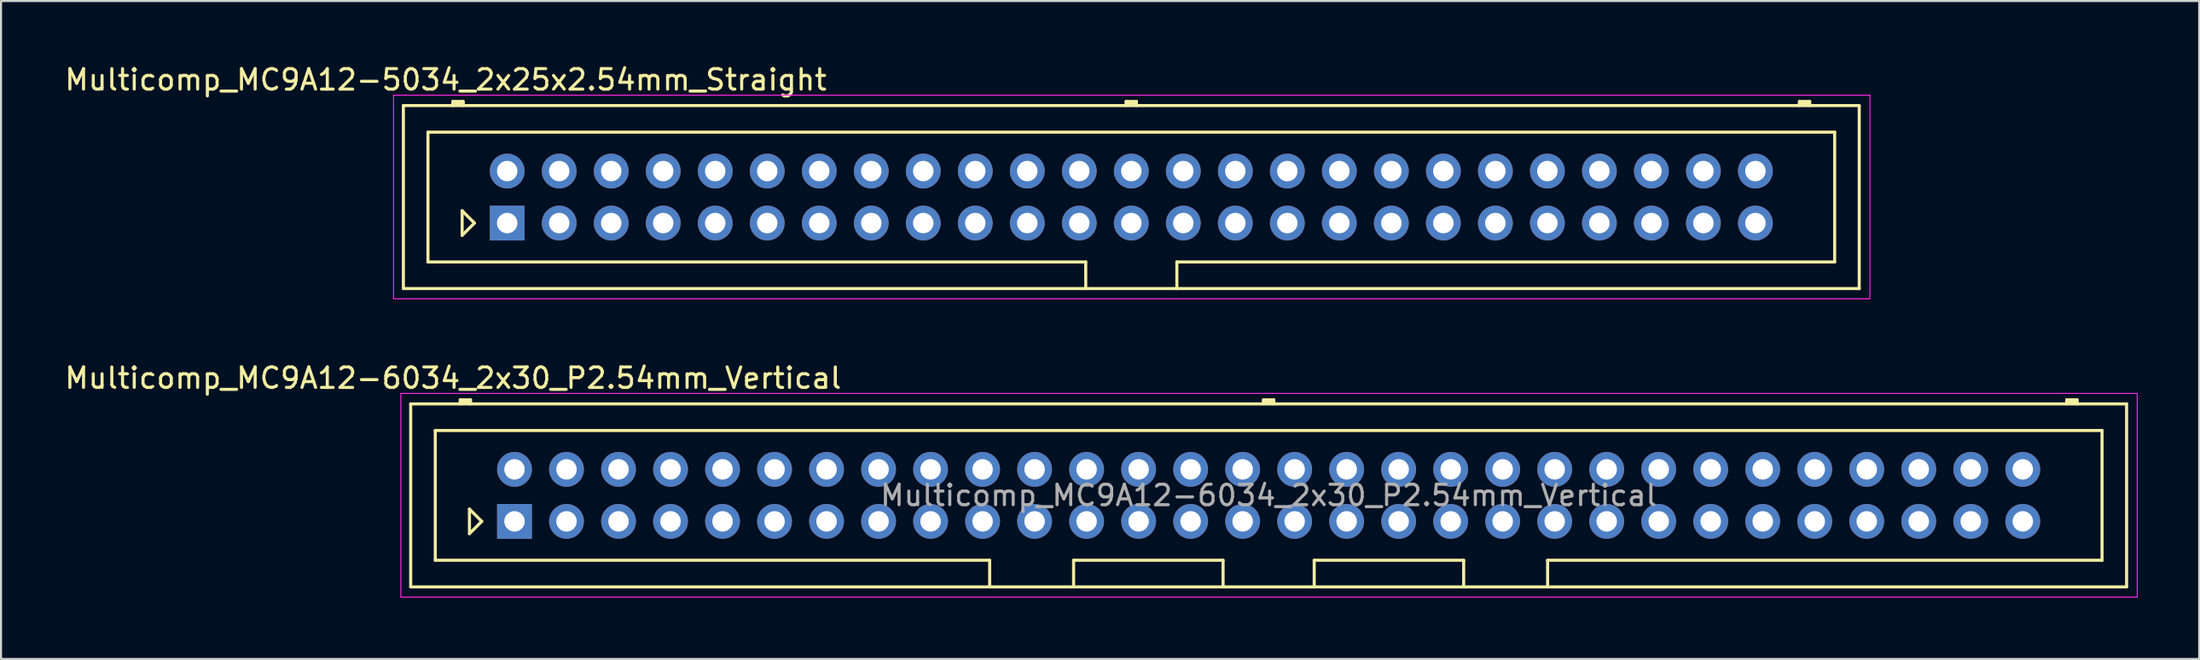
<source format=kicad_pcb>
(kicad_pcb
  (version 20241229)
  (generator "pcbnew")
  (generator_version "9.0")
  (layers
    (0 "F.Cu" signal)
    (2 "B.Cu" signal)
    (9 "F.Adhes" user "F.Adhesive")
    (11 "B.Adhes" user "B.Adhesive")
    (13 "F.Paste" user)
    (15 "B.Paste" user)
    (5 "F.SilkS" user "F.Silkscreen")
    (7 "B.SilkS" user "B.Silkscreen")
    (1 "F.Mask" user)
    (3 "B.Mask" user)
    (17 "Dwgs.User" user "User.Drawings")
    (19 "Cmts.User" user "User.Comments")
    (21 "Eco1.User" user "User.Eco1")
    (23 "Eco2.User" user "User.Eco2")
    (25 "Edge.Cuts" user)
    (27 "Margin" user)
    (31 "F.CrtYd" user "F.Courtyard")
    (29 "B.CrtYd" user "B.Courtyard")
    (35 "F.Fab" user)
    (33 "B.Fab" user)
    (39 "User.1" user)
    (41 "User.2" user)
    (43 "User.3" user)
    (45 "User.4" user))
  (footprint "Multicomp_MC9A12-5034_2x25x2.54mm_Straight"
    (layer "F.Cu")
    (at 21.72 7.848)
    (property "Reference" "Multicomp_MC9A12-5034_2x25x2.54mm_Straight" (at -3 -7 0) (layer "F.SilkS") (effects (font (size 1 1) (thickness 0.15))))
    (attr through_hole)
    (fp_line (start -5.07 -5.74) (end 66.03 -5.74) (stroke (width 0.15) (type solid)) (layer "F.SilkS"))
    (fp_line (start -5.07 3.2) (end -5.07 -5.74) (stroke (width 0.15) (type solid)) (layer "F.SilkS"))
    (fp_line (start -3.87 -4.44) (end 64.83 -4.44) (stroke (width 0.15) (type solid)) (layer "F.SilkS"))
    (fp_line (start -3.87 1.9) (end -3.87 -4.44) (stroke (width 0.15) (type solid)) (layer "F.SilkS"))
    (fp_line (start -2.65 -5.94) (end -2.15 -5.94) (stroke (width 0.15) (type solid)) (layer "F.SilkS"))
    (fp_line (start -2.65 -5.84) (end -2.15 -5.84) (stroke (width 0.15) (type solid)) (layer "F.SilkS"))
    (fp_line (start -2.65 -5.74) (end -2.65 -5.94) (stroke (width 0.15) (type solid)) (layer "F.SilkS"))
    (fp_line (start -2.2 -0.6) (end -1.6 0) (stroke (width 0.15) (type solid)) (layer "F.SilkS"))
    (fp_line (start -2.2 0.6) (end -2.2 -0.6) (stroke (width 0.15) (type solid)) (layer "F.SilkS"))
    (fp_line (start -2.15 -5.94) (end -2.15 -5.74) (stroke (width 0.15) (type solid)) (layer "F.SilkS"))
    (fp_line (start -1.6 0) (end -2.2 0.6) (stroke (width 0.15) (type solid)) (layer "F.SilkS"))
    (fp_line (start 28.255 1.9) (end -3.87 1.9) (stroke (width 0.15) (type solid)) (layer "F.SilkS"))
    (fp_line (start 28.255 3.2) (end 28.255 1.9) (stroke (width 0.15) (type solid)) (layer "F.SilkS"))
    (fp_line (start 30.23 -5.94) (end 30.73 -5.94) (stroke (width 0.15) (type solid)) (layer "F.SilkS"))
    (fp_line (start 30.23 -5.84) (end 30.73 -5.84) (stroke (width 0.15) (type solid)) (layer "F.SilkS"))
    (fp_line (start 30.23 -5.74) (end 30.23 -5.94) (stroke (width 0.15) (type solid)) (layer "F.SilkS"))
    (fp_line (start 30.73 -5.94) (end 30.73 -5.74) (stroke (width 0.15) (type solid)) (layer "F.SilkS"))
    (fp_line (start 32.705 1.9) (end 32.705 3.2) (stroke (width 0.15) (type solid)) (layer "F.SilkS"))
    (fp_line (start 63.11 -5.94) (end 63.61 -5.94) (stroke (width 0.15) (type solid)) (layer "F.SilkS"))
    (fp_line (start 63.11 -5.84) (end 63.61 -5.84) (stroke (width 0.15) (type solid)) (layer "F.SilkS"))
    (fp_line (start 63.11 -5.74) (end 63.11 -5.94) (stroke (width 0.15) (type solid)) (layer "F.SilkS"))
    (fp_line (start 63.61 -5.94) (end 63.61 -5.74) (stroke (width 0.15) (type solid)) (layer "F.SilkS"))
    (fp_line (start 64.83 -4.44) (end 64.83 1.9) (stroke (width 0.15) (type solid)) (layer "F.SilkS"))
    (fp_line (start 64.83 1.9) (end 32.705 1.9) (stroke (width 0.15) (type solid)) (layer "F.SilkS"))
    (fp_line (start 66.03 -5.74) (end 66.03 3.2) (stroke (width 0.15) (type solid)) (layer "F.SilkS"))
    (fp_line (start 66.03 3.2) (end -5.07 3.2) (stroke (width 0.15) (type solid)) (layer "F.SilkS"))
    (fp_line (start -5.55 -6.25) (end 66.55 -6.25) (stroke (width 0.05) (type solid)) (layer "F.CrtYd"))
    (fp_line (start -5.55 3.7) (end -5.55 -6.25) (stroke (width 0.05) (type solid)) (layer "F.CrtYd"))
    (fp_line (start 66.55 -6.25) (end 66.55 3.7) (stroke (width 0.05) (type solid)) (layer "F.CrtYd"))
    (fp_line (start 66.55 3.7) (end -5.55 3.7) (stroke (width 0.05) (type solid)) (layer "F.CrtYd"))
    (pad "1" thru_hole rect (at 0 0) (size 1.7 1.7) (drill 1) (layers "*.Cu" "*.Mask"))
    (pad "2" thru_hole circle (at 0 -2.54) (size 1.7 1.7) (drill 1) (layers "*.Cu" "*.Mask"))
    (pad "3" thru_hole circle (at 2.54 0) (size 1.7 1.7) (drill 1) (layers "*.Cu" "*.Mask"))
    (pad "4" thru_hole circle (at 2.54 -2.54) (size 1.7 1.7) (drill 1) (layers "*.Cu" "*.Mask"))
    (pad "5" thru_hole circle (at 5.08 0) (size 1.7 1.7) (drill 1) (layers "*.Cu" "*.Mask"))
    (pad "6" thru_hole circle (at 5.08 -2.54) (size 1.7 1.7) (drill 1) (layers "*.Cu" "*.Mask"))
    (pad "7" thru_hole circle (at 7.62 0) (size 1.7 1.7) (drill 1) (layers "*.Cu" "*.Mask"))
    (pad "8" thru_hole circle (at 7.62 -2.54) (size 1.7 1.7) (drill 1) (layers "*.Cu" "*.Mask"))
    (pad "9" thru_hole circle (at 10.16 0) (size 1.7 1.7) (drill 1) (layers "*.Cu" "*.Mask"))
    (pad "10" thru_hole circle (at 10.16 -2.54) (size 1.7 1.7) (drill 1) (layers "*.Cu" "*.Mask"))
    (pad "11" thru_hole circle (at 12.7 0) (size 1.7 1.7) (drill 1) (layers "*.Cu" "*.Mask"))
    (pad "12" thru_hole circle (at 12.7 -2.54) (size 1.7 1.7) (drill 1) (layers "*.Cu" "*.Mask"))
    (pad "13" thru_hole circle (at 15.24 0) (size 1.7 1.7) (drill 1) (layers "*.Cu" "*.Mask"))
    (pad "14" thru_hole circle (at 15.24 -2.54) (size 1.7 1.7) (drill 1) (layers "*.Cu" "*.Mask"))
    (pad "15" thru_hole circle (at 17.78 0) (size 1.7 1.7) (drill 1) (layers "*.Cu" "*.Mask"))
    (pad "16" thru_hole circle (at 17.78 -2.54) (size 1.7 1.7) (drill 1) (layers "*.Cu" "*.Mask"))
    (pad "17" thru_hole circle (at 20.32 0) (size 1.7 1.7) (drill 1) (layers "*.Cu" "*.Mask"))
    (pad "18" thru_hole circle (at 20.32 -2.54) (size 1.7 1.7) (drill 1) (layers "*.Cu" "*.Mask"))
    (pad "19" thru_hole circle (at 22.86 0) (size 1.7 1.7) (drill 1) (layers "*.Cu" "*.Mask"))
    (pad "20" thru_hole circle (at 22.86 -2.54) (size 1.7 1.7) (drill 1) (layers "*.Cu" "*.Mask"))
    (pad "21" thru_hole circle (at 25.4 0) (size 1.7 1.7) (drill 1) (layers "*.Cu" "*.Mask"))
    (pad "22" thru_hole circle (at 25.4 -2.54) (size 1.7 1.7) (drill 1) (layers "*.Cu" "*.Mask"))
    (pad "23" thru_hole circle (at 27.94 0) (size 1.7 1.7) (drill 1) (layers "*.Cu" "*.Mask"))
    (pad "24" thru_hole circle (at 27.94 -2.54) (size 1.7 1.7) (drill 1) (layers "*.Cu" "*.Mask"))
    (pad "25" thru_hole circle (at 30.48 0) (size 1.7 1.7) (drill 1) (layers "*.Cu" "*.Mask"))
    (pad "26" thru_hole circle (at 30.48 -2.54) (size 1.7 1.7) (drill 1) (layers "*.Cu" "*.Mask"))
    (pad "27" thru_hole circle (at 33.02 0) (size 1.7 1.7) (drill 1) (layers "*.Cu" "*.Mask"))
    (pad "28" thru_hole circle (at 33.02 -2.54) (size 1.7 1.7) (drill 1) (layers "*.Cu" "*.Mask"))
    (pad "29" thru_hole circle (at 35.56 0) (size 1.7 1.7) (drill 1) (layers "*.Cu" "*.Mask"))
    (pad "30" thru_hole circle (at 35.56 -2.54) (size 1.7 1.7) (drill 1) (layers "*.Cu" "*.Mask"))
    (pad "31" thru_hole circle (at 38.1 0) (size 1.7 1.7) (drill 1) (layers "*.Cu" "*.Mask"))
    (pad "32" thru_hole circle (at 38.1 -2.54) (size 1.7 1.7) (drill 1) (layers "*.Cu" "*.Mask"))
    (pad "33" thru_hole circle (at 40.64 0) (size 1.7 1.7) (drill 1) (layers "*.Cu" "*.Mask"))
    (pad "34" thru_hole circle (at 40.64 -2.54) (size 1.7 1.7) (drill 1) (layers "*.Cu" "*.Mask"))
    (pad "35" thru_hole circle (at 43.18 0) (size 1.7 1.7) (drill 1) (layers "*.Cu" "*.Mask"))
    (pad "36" thru_hole circle (at 43.18 -2.54) (size 1.7 1.7) (drill 1) (layers "*.Cu" "*.Mask"))
    (pad "37" thru_hole circle (at 45.72 0) (size 1.7 1.7) (drill 1) (layers "*.Cu" "*.Mask"))
    (pad "38" thru_hole circle (at 45.72 -2.54) (size 1.7 1.7) (drill 1) (layers "*.Cu" "*.Mask"))
    (pad "39" thru_hole circle (at 48.26 0) (size 1.7 1.7) (drill 1) (layers "*.Cu" "*.Mask"))
    (pad "40" thru_hole circle (at 48.26 -2.54) (size 1.7 1.7) (drill 1) (layers "*.Cu" "*.Mask"))
    (pad "41" thru_hole circle (at 50.8 0) (size 1.7 1.7) (drill 1) (layers "*.Cu" "*.Mask"))
    (pad "42" thru_hole circle (at 50.8 -2.54) (size 1.7 1.7) (drill 1) (layers "*.Cu" "*.Mask"))
    (pad "43" thru_hole circle (at 53.34 0) (size 1.7 1.7) (drill 1) (layers "*.Cu" "*.Mask"))
    (pad "44" thru_hole circle (at 53.34 -2.54) (size 1.7 1.7) (drill 1) (layers "*.Cu" "*.Mask"))
    (pad "45" thru_hole circle (at 55.88 0) (size 1.7 1.7) (drill 1) (layers "*.Cu" "*.Mask"))
    (pad "46" thru_hole circle (at 55.88 -2.54) (size 1.7 1.7) (drill 1) (layers "*.Cu" "*.Mask"))
    (pad "47" thru_hole circle (at 58.42 0) (size 1.7 1.7) (drill 1) (layers "*.Cu" "*.Mask"))
    (pad "48" thru_hole circle (at 58.42 -2.54) (size 1.7 1.7) (drill 1) (layers "*.Cu" "*.Mask"))
    (pad "49" thru_hole circle (at 60.96 0) (size 1.7 1.7) (drill 1) (layers "*.Cu" "*.Mask"))
    (pad "50" thru_hole circle (at 60.96 -2.54) (size 1.7 1.7) (drill 1) (layers "*.Cu" "*.Mask")))
  (footprint "Multicomp_MC9A12-6034_2x30_P2.54mm_Vertical"
    (layer "F.Cu")
    (at 22.077 22.422)
    (property "Reference" "Multicomp_MC9A12-6034_2x30_P2.54mm_Vertical" (at -3 -7 0) (layer "F.SilkS") (effects (font (size 1 1) (thickness 0.15))))
    (attr through_hole)
    (fp_line (start -5.07 -5.74) (end 78.73 -5.74) (stroke (width 0.15) (type solid)) (layer "F.SilkS"))
    (fp_line (start -5.07 3.2) (end -5.07 -5.74) (stroke (width 0.15) (type solid)) (layer "F.SilkS"))
    (fp_line (start -3.87 -4.44) (end 77.53 -4.44) (stroke (width 0.15) (type solid)) (layer "F.SilkS"))
    (fp_line (start -3.87 1.9) (end -3.87 -4.44) (stroke (width 0.15) (type solid)) (layer "F.SilkS"))
    (fp_line (start -2.65 -5.94) (end -2.15 -5.94) (stroke (width 0.15) (type solid)) (layer "F.SilkS"))
    (fp_line (start -2.65 -5.84) (end -2.15 -5.84) (stroke (width 0.15) (type solid)) (layer "F.SilkS"))
    (fp_line (start -2.65 -5.74) (end -2.65 -5.94) (stroke (width 0.15) (type solid)) (layer "F.SilkS"))
    (fp_line (start -2.2 -0.6) (end -1.6 0) (stroke (width 0.15) (type solid)) (layer "F.SilkS"))
    (fp_line (start -2.2 0.6) (end -2.2 -0.6) (stroke (width 0.15) (type solid)) (layer "F.SilkS"))
    (fp_line (start -2.15 -5.94) (end -2.15 -5.74) (stroke (width 0.15) (type solid)) (layer "F.SilkS"))
    (fp_line (start -1.6 0) (end -2.2 0.6) (stroke (width 0.15) (type solid)) (layer "F.SilkS"))
    (fp_line (start 23.205 1.9) (end -3.87 1.9) (stroke (width 0.15) (type solid)) (layer "F.SilkS"))
    (fp_line (start 23.205 3.2) (end 23.205 1.9) (stroke (width 0.15) (type solid)) (layer "F.SilkS"))
    (fp_line (start 27.305 1.9) (end 34.605 1.9) (stroke (width 0.15) (type solid)) (layer "F.SilkS"))
    (fp_line (start 27.305 3.2) (end 27.305 1.9) (stroke (width 0.15) (type solid)) (layer "F.SilkS"))
    (fp_line (start 34.605 1.9) (end 34.605 3.2) (stroke (width 0.15) (type solid)) (layer "F.SilkS"))
    (fp_line (start 36.58 -5.94) (end 37.08 -5.94) (stroke (width 0.15) (type solid)) (layer "F.SilkS"))
    (fp_line (start 36.58 -5.84) (end 37.08 -5.84) (stroke (width 0.15) (type solid)) (layer "F.SilkS"))
    (fp_line (start 36.58 -5.74) (end 36.58 -5.94) (stroke (width 0.15) (type solid)) (layer "F.SilkS"))
    (fp_line (start 37.08 -5.94) (end 37.08 -5.74) (stroke (width 0.15) (type solid)) (layer "F.SilkS"))
    (fp_line (start 39.055 1.9) (end 39.055 3.2) (stroke (width 0.15) (type solid)) (layer "F.SilkS"))
    (fp_line (start 46.355 1.9) (end 39.055 1.9) (stroke (width 0.15) (type solid)) (layer "F.SilkS"))
    (fp_line (start 46.355 3.2) (end 46.355 1.9) (stroke (width 0.15) (type solid)) (layer "F.SilkS"))
    (fp_line (start 50.455 1.9) (end 50.455 3.2) (stroke (width 0.15) (type solid)) (layer "F.SilkS"))
    (fp_line (start 75.81 -5.94) (end 76.31 -5.94) (stroke (width 0.15) (type solid)) (layer "F.SilkS"))
    (fp_line (start 75.81 -5.84) (end 76.31 -5.84) (stroke (width 0.15) (type solid)) (layer "F.SilkS"))
    (fp_line (start 75.81 -5.74) (end 75.81 -5.94) (stroke (width 0.15) (type solid)) (layer "F.SilkS"))
    (fp_line (start 76.31 -5.94) (end 76.31 -5.74) (stroke (width 0.15) (type solid)) (layer "F.SilkS"))
    (fp_line (start 77.53 -4.44) (end 77.53 1.9) (stroke (width 0.15) (type solid)) (layer "F.SilkS"))
    (fp_line (start 77.53 1.9) (end 50.455 1.9) (stroke (width 0.15) (type solid)) (layer "F.SilkS"))
    (fp_line (start 78.73 -5.74) (end 78.73 3.2) (stroke (width 0.15) (type solid)) (layer "F.SilkS"))
    (fp_line (start 78.73 3.2) (end -5.07 3.2) (stroke (width 0.15) (type solid)) (layer "F.SilkS"))
    (fp_line (start -5.55 -6.25) (end 79.25 -6.25) (stroke (width 0.05) (type solid)) (layer "F.CrtYd"))
    (fp_line (start -5.55 3.7) (end -5.55 -6.25) (stroke (width 0.05) (type solid)) (layer "F.CrtYd"))
    (fp_line (start 79.25 -6.25) (end 79.25 3.7) (stroke (width 0.05) (type solid)) (layer "F.CrtYd"))
    (fp_line (start 79.25 3.7) (end -5.55 3.7) (stroke (width 0.05) (type solid)) (layer "F.CrtYd"))
    (fp_text user "${REFERENCE}" (at 36.83 -1.27 0) (layer "F.Fab") (effects (font (size 1 1) (thickness 0.15))))
    (pad "1" thru_hole rect (at 0 0) (size 1.7 1.7) (drill 1) (layers "*.Cu" "*.Mask"))
    (pad "2" thru_hole circle (at 0 -2.54) (size 1.7 1.7) (drill 1) (layers "*.Cu" "*.Mask"))
    (pad "3" thru_hole circle (at 2.54 0) (size 1.7 1.7) (drill 1) (layers "*.Cu" "*.Mask"))
    (pad "4" thru_hole circle (at 2.54 -2.54) (size 1.7 1.7) (drill 1) (layers "*.Cu" "*.Mask"))
    (pad "5" thru_hole circle (at 5.08 0) (size 1.7 1.7) (drill 1) (layers "*.Cu" "*.Mask"))
    (pad "6" thru_hole circle (at 5.08 -2.54) (size 1.7 1.7) (drill 1) (layers "*.Cu" "*.Mask"))
    (pad "7" thru_hole circle (at 7.62 0) (size 1.7 1.7) (drill 1) (layers "*.Cu" "*.Mask"))
    (pad "8" thru_hole circle (at 7.62 -2.54) (size 1.7 1.7) (drill 1) (layers "*.Cu" "*.Mask"))
    (pad "9" thru_hole circle (at 10.16 0) (size 1.7 1.7) (drill 1) (layers "*.Cu" "*.Mask"))
    (pad "10" thru_hole circle (at 10.16 -2.54) (size 1.7 1.7) (drill 1) (layers "*.Cu" "*.Mask"))
    (pad "11" thru_hole circle (at 12.7 0) (size 1.7 1.7) (drill 1) (layers "*.Cu" "*.Mask"))
    (pad "12" thru_hole circle (at 12.7 -2.54) (size 1.7 1.7) (drill 1) (layers "*.Cu" "*.Mask"))
    (pad "13" thru_hole circle (at 15.24 0) (size 1.7 1.7) (drill 1) (layers "*.Cu" "*.Mask"))
    (pad "14" thru_hole circle (at 15.24 -2.54) (size 1.7 1.7) (drill 1) (layers "*.Cu" "*.Mask"))
    (pad "15" thru_hole circle (at 17.78 0) (size 1.7 1.7) (drill 1) (layers "*.Cu" "*.Mask"))
    (pad "16" thru_hole circle (at 17.78 -2.54) (size 1.7 1.7) (drill 1) (layers "*.Cu" "*.Mask"))
    (pad "17" thru_hole circle (at 20.32 0) (size 1.7 1.7) (drill 1) (layers "*.Cu" "*.Mask"))
    (pad "18" thru_hole circle (at 20.32 -2.54) (size 1.7 1.7) (drill 1) (layers "*.Cu" "*.Mask"))
    (pad "19" thru_hole circle (at 22.86 0) (size 1.7 1.7) (drill 1) (layers "*.Cu" "*.Mask"))
    (pad "20" thru_hole circle (at 22.86 -2.54) (size 1.7 1.7) (drill 1) (layers "*.Cu" "*.Mask"))
    (pad "21" thru_hole circle (at 25.4 0) (size 1.7 1.7) (drill 1) (layers "*.Cu" "*.Mask"))
    (pad "22" thru_hole circle (at 25.4 -2.54) (size 1.7 1.7) (drill 1) (layers "*.Cu" "*.Mask"))
    (pad "23" thru_hole circle (at 27.94 0) (size 1.7 1.7) (drill 1) (layers "*.Cu" "*.Mask"))
    (pad "24" thru_hole circle (at 27.94 -2.54) (size 1.7 1.7) (drill 1) (layers "*.Cu" "*.Mask"))
    (pad "25" thru_hole circle (at 30.48 0) (size 1.7 1.7) (drill 1) (layers "*.Cu" "*.Mask"))
    (pad "26" thru_hole circle (at 30.48 -2.54) (size 1.7 1.7) (drill 1) (layers "*.Cu" "*.Mask"))
    (pad "27" thru_hole circle (at 33.02 0) (size 1.7 1.7) (drill 1) (layers "*.Cu" "*.Mask"))
    (pad "28" thru_hole circle (at 33.02 -2.54) (size 1.7 1.7) (drill 1) (layers "*.Cu" "*.Mask"))
    (pad "29" thru_hole circle (at 35.56 0) (size 1.7 1.7) (drill 1) (layers "*.Cu" "*.Mask"))
    (pad "30" thru_hole circle (at 35.56 -2.54) (size 1.7 1.7) (drill 1) (layers "*.Cu" "*.Mask"))
    (pad "31" thru_hole circle (at 38.1 0) (size 1.7 1.7) (drill 1) (layers "*.Cu" "*.Mask"))
    (pad "32" thru_hole circle (at 38.1 -2.54) (size 1.7 1.7) (drill 1) (layers "*.Cu" "*.Mask"))
    (pad "33" thru_hole circle (at 40.64 0) (size 1.7 1.7) (drill 1) (layers "*.Cu" "*.Mask"))
    (pad "34" thru_hole circle (at 40.64 -2.54) (size 1.7 1.7) (drill 1) (layers "*.Cu" "*.Mask"))
    (pad "35" thru_hole circle (at 43.18 0) (size 1.7 1.7) (drill 1) (layers "*.Cu" "*.Mask"))
    (pad "36" thru_hole circle (at 43.18 -2.54) (size 1.7 1.7) (drill 1) (layers "*.Cu" "*.Mask"))
    (pad "37" thru_hole circle (at 45.72 0) (size 1.7 1.7) (drill 1) (layers "*.Cu" "*.Mask"))
    (pad "38" thru_hole circle (at 45.72 -2.54) (size 1.7 1.7) (drill 1) (layers "*.Cu" "*.Mask"))
    (pad "39" thru_hole circle (at 48.26 0) (size 1.7 1.7) (drill 1) (layers "*.Cu" "*.Mask"))
    (pad "40" thru_hole circle (at 48.26 -2.54) (size 1.7 1.7) (drill 1) (layers "*.Cu" "*.Mask"))
    (pad "41" thru_hole circle (at 50.8 0) (size 1.7 1.7) (drill 1) (layers "*.Cu" "*.Mask"))
    (pad "42" thru_hole circle (at 50.8 -2.54) (size 1.7 1.7) (drill 1) (layers "*.Cu" "*.Mask"))
    (pad "43" thru_hole circle (at 53.34 0) (size 1.7 1.7) (drill 1) (layers "*.Cu" "*.Mask"))
    (pad "44" thru_hole circle (at 53.34 -2.54) (size 1.7 1.7) (drill 1) (layers "*.Cu" "*.Mask"))
    (pad "45" thru_hole circle (at 55.88 0) (size 1.7 1.7) (drill 1) (layers "*.Cu" "*.Mask"))
    (pad "46" thru_hole circle (at 55.88 -2.54) (size 1.7 1.7) (drill 1) (layers "*.Cu" "*.Mask"))
    (pad "47" thru_hole circle (at 58.42 0) (size 1.7 1.7) (drill 1) (layers "*.Cu" "*.Mask"))
    (pad "48" thru_hole circle (at 58.42 -2.54) (size 1.7 1.7) (drill 1) (layers "*.Cu" "*.Mask"))
    (pad "49" thru_hole circle (at 60.96 0) (size 1.7 1.7) (drill 1) (layers "*.Cu" "*.Mask"))
    (pad "50" thru_hole circle (at 60.96 -2.54) (size 1.7 1.7) (drill 1) (layers "*.Cu" "*.Mask"))
    (pad "51" thru_hole circle (at 63.5 0) (size 1.7 1.7) (drill 1) (layers "*.Cu" "*.Mask"))
    (pad "52" thru_hole circle (at 63.5 -2.54) (size 1.7 1.7) (drill 1) (layers "*.Cu" "*.Mask"))
    (pad "53" thru_hole circle (at 66.04 0) (size 1.7 1.7) (drill 1) (layers "*.Cu" "*.Mask"))
    (pad "54" thru_hole circle (at 66.04 -2.54) (size 1.7 1.7) (drill 1) (layers "*.Cu" "*.Mask"))
    (pad "55" thru_hole circle (at 68.58 0) (size 1.7 1.7) (drill 1) (layers "*.Cu" "*.Mask"))
    (pad "56" thru_hole circle (at 68.58 -2.54) (size 1.7 1.7) (drill 1) (layers "*.Cu" "*.Mask"))
    (pad "57" thru_hole circle (at 71.12 0) (size 1.7 1.7) (drill 1) (layers "*.Cu" "*.Mask"))
    (pad "58" thru_hole circle (at 71.12 -2.54) (size 1.7 1.7) (drill 1) (layers "*.Cu" "*.Mask"))
    (pad "59" thru_hole circle (at 73.66 0) (size 1.7 1.7) (drill 1) (layers "*.Cu" "*.Mask"))
    (pad "60" thru_hole circle (at 73.66 -2.54) (size 1.7 1.7) (drill 1) (layers "*.Cu" "*.Mask")))
  (gr_rect
    (start -3 -3)
    (end 104.352 29.146)
    (stroke (width 0.1) (type default))
    (fill no)
    (layer "Edge.Cuts")))
</source>
